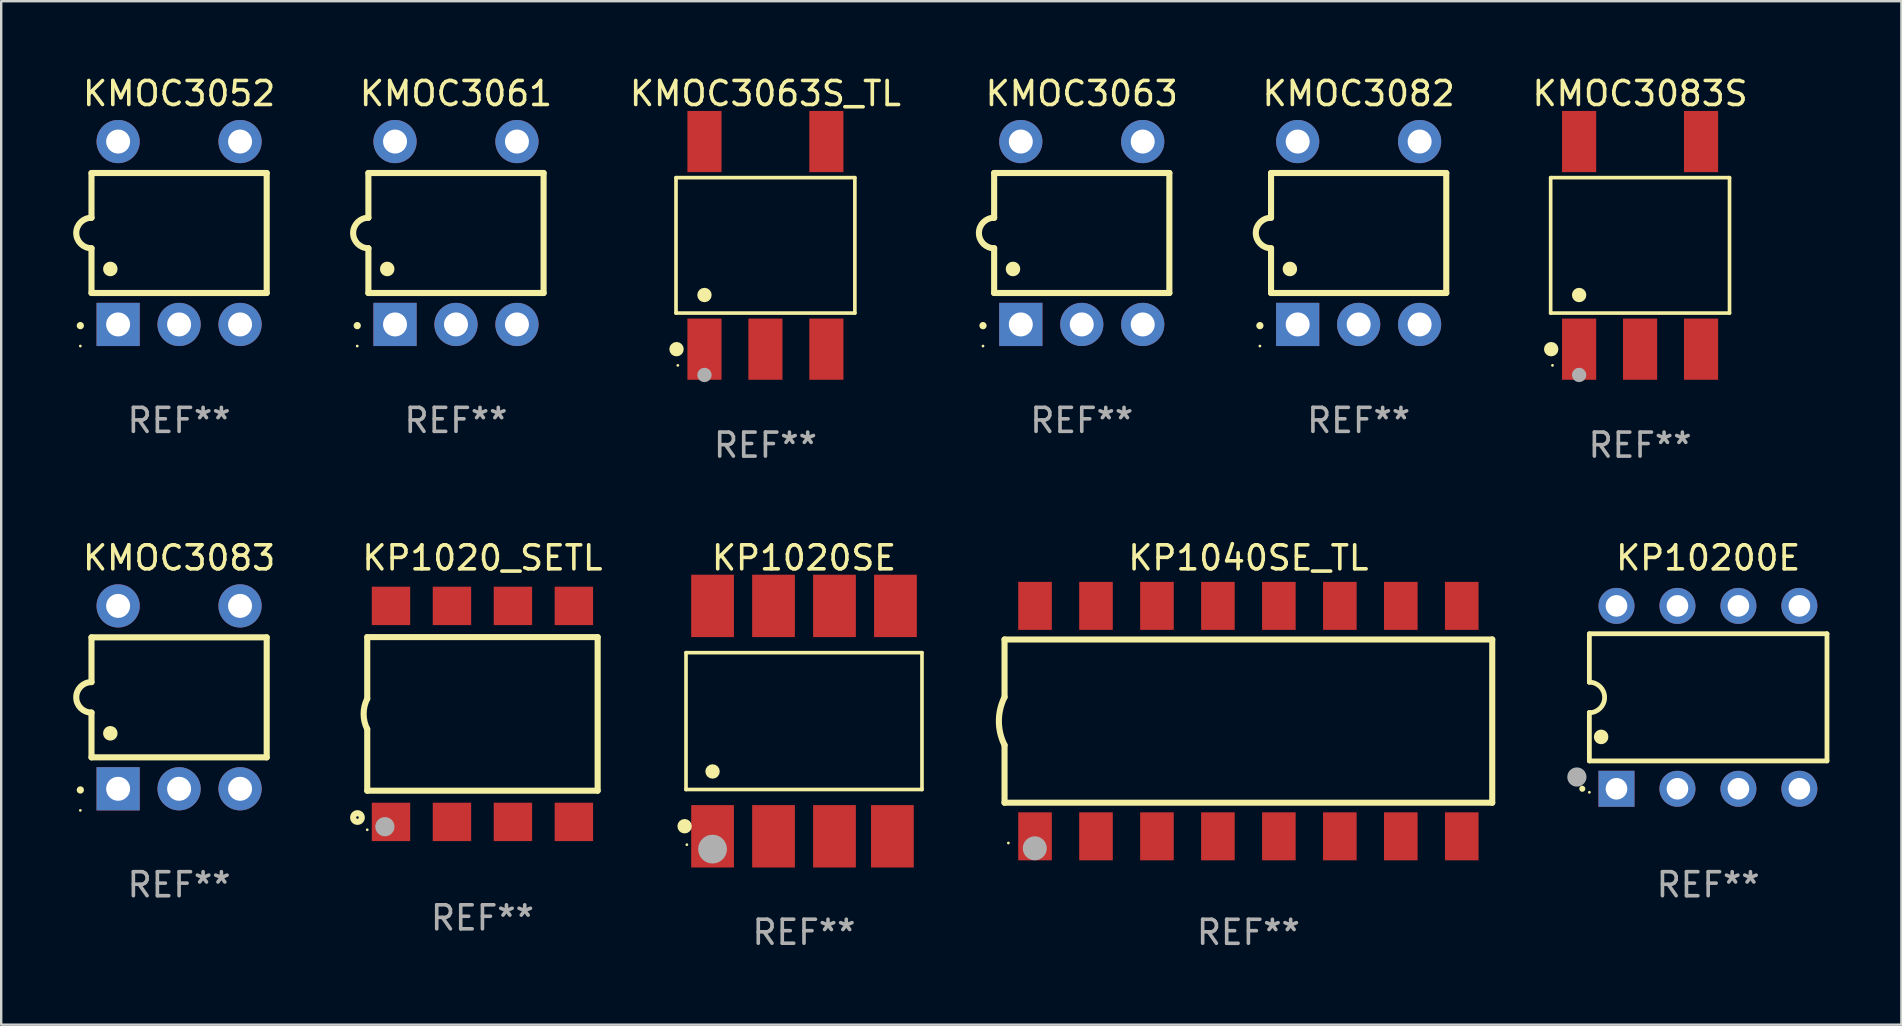
<source format=kicad_pcb>
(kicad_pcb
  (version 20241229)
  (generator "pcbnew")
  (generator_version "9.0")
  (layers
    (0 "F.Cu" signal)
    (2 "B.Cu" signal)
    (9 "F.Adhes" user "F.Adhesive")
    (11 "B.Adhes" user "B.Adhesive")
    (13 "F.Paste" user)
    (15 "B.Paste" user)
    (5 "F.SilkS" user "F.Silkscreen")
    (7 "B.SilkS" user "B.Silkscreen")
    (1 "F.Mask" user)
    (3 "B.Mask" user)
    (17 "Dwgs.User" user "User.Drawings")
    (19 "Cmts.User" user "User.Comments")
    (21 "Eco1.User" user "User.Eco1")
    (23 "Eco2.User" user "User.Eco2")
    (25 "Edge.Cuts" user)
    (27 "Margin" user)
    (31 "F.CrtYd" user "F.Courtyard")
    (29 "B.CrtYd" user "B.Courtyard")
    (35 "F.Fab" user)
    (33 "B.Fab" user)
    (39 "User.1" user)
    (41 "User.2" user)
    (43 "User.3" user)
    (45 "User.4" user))
  (footprint "KMOC3063S_TL"
    (layer "F.Cu")
    (at 28.842 7.173)
    (property "Reference" "KMOC3063S_TL" (at 0 -6.325 0) (layer "F.SilkS") (effects (font (size 1 1) (thickness 0.15))))
    (attr through_hole)
    (fp_line (start -3.726 -2.821) (end 3.726 -2.821) (stroke (width 0.152) (type solid)) (layer "F.SilkS"))
    (fp_line (start -3.726 2.821) (end -3.726 -2.821) (stroke (width 0.152) (type solid)) (layer "F.SilkS"))
    (fp_line (start 3.726 -2.821) (end 3.726 2.821) (stroke (width 0.152) (type solid)) (layer "F.SilkS"))
    (fp_line (start 3.726 2.821) (end -3.726 2.821) (stroke (width 0.152) (type solid)) (layer "F.SilkS"))
    (fp_circle (center -3.704 4.325) (end -3.554 4.325) (stroke (width 0.3) (type solid)) (fill no) (layer "F.SilkS"))
    (fp_circle (center -3.65 5) (end -3.62 5) (stroke (width 0.06) (type solid)) (fill no) (layer "F.SilkS"))
    (fp_circle (center -2.54 2.069) (end -2.39 2.069) (stroke (width 0.3) (type solid)) (fill no) (layer "F.SilkS"))
    (fp_circle (center -2.54 5.4) (end -2.39 5.4) (stroke (width 0.3) (type solid)) (fill no) (layer "F.Fab"))
    (fp_text user "REF**" (at 0 8.325 0) (layer "F.Fab") (effects (font (size 1 1) (thickness 0.15))))
    (pad "1" smd rect (at -2.54 4.325) (size 1.422 2.55) (layers "F.Cu" "F.Mask" "F.Paste"))
    (pad "2" smd rect (at 0 4.325) (size 1.422 2.55) (layers "F.Cu" "F.Mask" "F.Paste"))
    (pad "3" smd rect (at 2.54 4.325) (size 1.422 2.55) (layers "F.Cu" "F.Mask" "F.Paste"))
    (pad "4" smd rect (at 2.54 -4.325) (size 1.422 2.55) (layers "F.Cu" "F.Mask" "F.Paste"))
    (pad "6" smd rect (at -2.54 -4.325) (size 1.422 2.55) (layers "F.Cu" "F.Mask" "F.Paste")))
  (footprint "KP1040SE_TL"
    (layer "F.Cu")
    (at 48.965 26.995)
    (property "Reference" "KP1040SE_TL" (at 0 -6.801 0) (layer "F.SilkS") (effects (font (size 1 1) (thickness 0.15))))
    (attr through_hole)
    (fp_line (start -10.16 -3.4) (end -10.16 -1) (stroke (width 0.254) (type solid)) (layer "F.SilkS"))
    (fp_line (start -10.16 3.4) (end -10.16 1) (stroke (width 0.254) (type solid)) (layer "F.SilkS"))
    (fp_line (start 10.16 -3.4) (end -10.16 -3.4) (stroke (width 0.254) (type solid)) (layer "F.SilkS"))
    (fp_line (start 10.16 -3.4) (end 10.16 3.4) (stroke (width 0.254) (type solid)) (layer "F.SilkS"))
    (fp_line (start 10.16 3.4) (end -10.16 3.4) (stroke (width 0.254) (type solid)) (layer "F.SilkS"))
    (fp_arc (start -10.16002 1.000762) (mid -10.396178 0.000381) (end -10.16002 -1) (stroke (width 0.254001) (type solid)) (layer "F.SilkS"))
    (fp_circle (center -10 5.08) (end -9.97 5.08) (stroke (width 0.06) (type solid)) (fill no) (layer "F.SilkS"))
    (fp_circle (center -8.9 5.3) (end -8.65 5.3) (stroke (width 0.5) (type solid)) (fill no) (layer "F.Fab"))
    (fp_text user "REF**" (at 0 8.801 0) (layer "F.Fab") (effects (font (size 1 1) (thickness 0.15))))
    (pad "1" smd rect (at -8.89 4.801 180) (size 1.4 2) (layers "F.Cu" "F.Mask" "F.Paste"))
    (pad "2" smd rect (at -6.35 4.801 180) (size 1.4 2) (layers "F.Cu" "F.Mask" "F.Paste"))
    (pad "3" smd rect (at -3.81 4.801 180) (size 1.4 2) (layers "F.Cu" "F.Mask" "F.Paste"))
    (pad "4" smd rect (at -1.27 4.801 180) (size 1.4 2) (layers "F.Cu" "F.Mask" "F.Paste"))
    (pad "5" smd rect (at 1.27 4.801 180) (size 1.4 2) (layers "F.Cu" "F.Mask" "F.Paste"))
    (pad "6" smd rect (at 3.81 4.801 180) (size 1.4 2) (layers "F.Cu" "F.Mask" "F.Paste"))
    (pad "7" smd rect (at 6.35 4.801 180) (size 1.4 2) (layers "F.Cu" "F.Mask" "F.Paste"))
    (pad "8" smd rect (at 8.89 4.801 180) (size 1.4 2) (layers "F.Cu" "F.Mask" "F.Paste"))
    (pad "9" smd rect (at 8.89 -4.801 180) (size 1.4 2) (layers "F.Cu" "F.Mask" "F.Paste"))
    (pad "10" smd rect (at 6.35 -4.801 180) (size 1.4 2) (layers "F.Cu" "F.Mask" "F.Paste"))
    (pad "11" smd rect (at 3.81 -4.801 180) (size 1.4 2) (layers "F.Cu" "F.Mask" "F.Paste"))
    (pad "12" smd rect (at 1.27 -4.801 180) (size 1.4 2) (layers "F.Cu" "F.Mask" "F.Paste"))
    (pad "13" smd rect (at -1.27 -4.801 180) (size 1.4 2) (layers "F.Cu" "F.Mask" "F.Paste"))
    (pad "14" smd rect (at -3.81 -4.801 180) (size 1.4 2) (layers "F.Cu" "F.Mask" "F.Paste"))
    (pad "15" smd rect (at -6.35 -4.801 180) (size 1.4 2) (layers "F.Cu" "F.Mask" "F.Paste"))
    (pad "16" smd rect (at -8.89 -4.801 180) (size 1.4 2) (layers "F.Cu" "F.Mask" "F.Paste")))
  (footprint "KMOC3061"
    (layer "F.Cu")
    (at 15.949 6.658)
    (property "Reference" "KMOC3061" (at 0 -5.81 0) (layer "F.SilkS") (effects (font (size 1 1) (thickness 0.15))))
    (attr through_hole)
    (fp_line (start -3.65 -2.5) (end 3.65 -2.5) (stroke (width 0.254) (type solid)) (layer "F.SilkS"))
    (fp_line (start -3.65 -0.635) (end -3.65 -2.5) (stroke (width 0.254) (type solid)) (layer "F.SilkS"))
    (fp_line (start -3.65 0.635) (end -3.65 2.5) (stroke (width 0.254) (type solid)) (layer "F.SilkS"))
    (fp_line (start -3.65 2.5) (end 3.65 2.5) (stroke (width 0.254) (type solid)) (layer "F.SilkS"))
    (fp_line (start 3.65 -2.5) (end 3.65 2.5) (stroke (width 0.254) (type solid)) (layer "F.SilkS"))
    (fp_arc (start -4.114808 3.860808) (mid -4.114813 3.859538) (end -4.114808 3.858268) (stroke (width 0.3) (type solid)) (layer "F.SilkS"))
    (fp_arc (start -3.650013 0.635001) (mid -4.285014 0) (end -3.650013 -0.635001) (stroke (width 0.254001) (type solid)) (layer "F.SilkS"))
    (fp_arc (start -2.865405 1.501143) (mid -2.865416 1.498603) (end -2.865405 1.496063) (stroke (width 0.6) (type solid)) (layer "F.SilkS"))
    (fp_circle (center -4.115 4.71) (end -4.085 4.71) (stroke (width 0.06) (type solid)) (fill no) (layer "F.SilkS"))
    (fp_text user "REF**" (at 0 7.81 0) (layer "F.Fab") (effects (font (size 1 1) (thickness 0.15))))
    (pad "1" thru_hole rect (at -2.54 3.81 90) (size 1.8 1.8) (drill 1) (layers "*.Cu" "*.Mask"))
    (pad "2" thru_hole circle (at 0 3.81) (size 1.8 1.8) (drill 1) (layers "*.Cu" "*.Mask"))
    (pad "3" thru_hole circle (at 2.54 3.81) (size 1.8 1.8) (drill 1) (layers "*.Cu" "*.Mask"))
    (pad "4" thru_hole circle (at 2.54 -3.81) (size 1.8 1.8) (drill 1) (layers "*.Cu" "*.Mask"))
    (pad "6" thru_hole circle (at -2.54 -3.81) (size 1.8 1.8) (drill 1) (layers "*.Cu" "*.Mask")))
  (footprint "KP1020_SETL"
    (layer "F.Cu")
    (at 17.051 26.695)
    (property "Reference" "KP1020_SETL" (at 0 -6.5 0) (layer "F.SilkS") (effects (font (size 1 1) (thickness 0.15))))
    (attr through_hole)
    (fp_line (start -4.8 -3.2) (end -4.8 -0.635) (stroke (width 0.254) (type solid)) (layer "F.SilkS"))
    (fp_line (start -4.8 3.2) (end -4.8 0.635) (stroke (width 0.254) (type solid)) (layer "F.SilkS"))
    (fp_line (start 4.8 -3.2) (end -4.8 -3.2) (stroke (width 0.254) (type solid)) (layer "F.SilkS"))
    (fp_line (start 4.8 3.2) (end -4.8 3.2) (stroke (width 0.254) (type solid)) (layer "F.SilkS"))
    (fp_line (start 4.8 3.2) (end 4.8 -3.2) (stroke (width 0.254) (type solid)) (layer "F.SilkS"))
    (fp_arc (start -4.800609 0.635002) (mid -4.950305 -0.000071) (end -4.8 -0.635001) (stroke (width 0.254001) (type solid)) (layer "F.SilkS"))
    (fp_circle (center -5.207 4.318) (end -5.027 4.318) (stroke (width 0.254) (type solid)) (fill no) (layer "F.SilkS"))
    (fp_circle (center -4.8 4.828) (end -4.77 4.828) (stroke (width 0.06) (type solid)) (fill no) (layer "F.SilkS"))
    (fp_circle (center -4.064 4.699) (end -3.864 4.699) (stroke (width 0.4) (type solid)) (fill no) (layer "F.Fab"))
    (fp_text user "REF**" (at 0 8.5 0) (layer "F.Fab") (effects (font (size 1 1) (thickness 0.15))))
    (pad "1" smd rect (at -3.81 4.5) (size 1.6 1.6) (layers "F.Cu" "F.Mask" "F.Paste"))
    (pad "2" smd rect (at -1.27 4.5) (size 1.6 1.6) (layers "F.Cu" "F.Mask" "F.Paste"))
    (pad "3" smd rect (at 1.27 4.5) (size 1.6 1.6) (layers "F.Cu" "F.Mask" "F.Paste"))
    (pad "4" smd rect (at 3.81 4.5) (size 1.6 1.6) (layers "F.Cu" "F.Mask" "F.Paste"))
    (pad "5" smd rect (at 3.81 -4.5) (size 1.6 1.6) (layers "F.Cu" "F.Mask" "F.Paste"))
    (pad "6" smd rect (at 1.27 -4.5) (size 1.6 1.6) (layers "F.Cu" "F.Mask" "F.Paste"))
    (pad "7" smd rect (at -1.27 -4.5) (size 1.6 1.6) (layers "F.Cu" "F.Mask" "F.Paste"))
    (pad "8" smd rect (at -3.81 -4.5) (size 1.6 1.6) (layers "F.Cu" "F.Mask" "F.Paste")))
  (footprint "KMOC3083"
    (layer "F.Cu")
    (at 4.412 26.005)
    (property "Reference" "KMOC3083" (at 0 -5.81 0) (layer "F.SilkS") (effects (font (size 1 1) (thickness 0.15))))
    (attr through_hole)
    (fp_line (start -3.65 -2.5) (end 3.65 -2.5) (stroke (width 0.254) (type solid)) (layer "F.SilkS"))
    (fp_line (start -3.65 -0.635) (end -3.65 -2.5) (stroke (width 0.254) (type solid)) (layer "F.SilkS"))
    (fp_line (start -3.65 0.635) (end -3.65 2.5) (stroke (width 0.254) (type solid)) (layer "F.SilkS"))
    (fp_line (start -3.65 2.5) (end 3.65 2.5) (stroke (width 0.254) (type solid)) (layer "F.SilkS"))
    (fp_line (start 3.65 -2.5) (end 3.65 2.5) (stroke (width 0.254) (type solid)) (layer "F.SilkS"))
    (fp_arc (start -4.114808 3.860808) (mid -4.114813 3.859538) (end -4.114808 3.858268) (stroke (width 0.3) (type solid)) (layer "F.SilkS"))
    (fp_arc (start -3.650013 0.635001) (mid -4.285014 0) (end -3.650013 -0.635001) (stroke (width 0.254001) (type solid)) (layer "F.SilkS"))
    (fp_arc (start -2.865405 1.501143) (mid -2.865416 1.498603) (end -2.865405 1.496063) (stroke (width 0.6) (type solid)) (layer "F.SilkS"))
    (fp_circle (center -4.115 4.71) (end -4.085 4.71) (stroke (width 0.06) (type solid)) (fill no) (layer "F.SilkS"))
    (fp_text user "REF**" (at 0 7.81 0) (layer "F.Fab") (effects (font (size 1 1) (thickness 0.15))))
    (pad "1" thru_hole rect (at -2.54 3.81 90) (size 1.8 1.8) (drill 1) (layers "*.Cu" "*.Mask"))
    (pad "2" thru_hole circle (at 0 3.81) (size 1.8 1.8) (drill 1) (layers "*.Cu" "*.Mask"))
    (pad "3" thru_hole circle (at 2.54 3.81) (size 1.8 1.8) (drill 1) (layers "*.Cu" "*.Mask"))
    (pad "4" thru_hole circle (at 2.54 -3.81) (size 1.8 1.8) (drill 1) (layers "*.Cu" "*.Mask"))
    (pad "6" thru_hole circle (at -2.54 -3.81) (size 1.8 1.8) (drill 1) (layers "*.Cu" "*.Mask")))
  (footprint "KMOC3063"
    (layer "F.Cu")
    (at 42.022 6.658)
    (property "Reference" "KMOC3063" (at 0 -5.81 0) (layer "F.SilkS") (effects (font (size 1 1) (thickness 0.15))))
    (attr through_hole)
    (fp_line (start -3.65 -2.5) (end 3.65 -2.5) (stroke (width 0.254) (type solid)) (layer "F.SilkS"))
    (fp_line (start -3.65 -0.635) (end -3.65 -2.5) (stroke (width 0.254) (type solid)) (layer "F.SilkS"))
    (fp_line (start -3.65 0.635) (end -3.65 2.5) (stroke (width 0.254) (type solid)) (layer "F.SilkS"))
    (fp_line (start -3.65 2.5) (end 3.65 2.5) (stroke (width 0.254) (type solid)) (layer "F.SilkS"))
    (fp_line (start 3.65 -2.5) (end 3.65 2.5) (stroke (width 0.254) (type solid)) (layer "F.SilkS"))
    (fp_arc (start -4.114808 3.860808) (mid -4.114813 3.859538) (end -4.114808 3.858268) (stroke (width 0.3) (type solid)) (layer "F.SilkS"))
    (fp_arc (start -3.650013 0.635001) (mid -4.285014 0) (end -3.650013 -0.635001) (stroke (width 0.254001) (type solid)) (layer "F.SilkS"))
    (fp_arc (start -2.865405 1.501143) (mid -2.865416 1.498603) (end -2.865405 1.496063) (stroke (width 0.6) (type solid)) (layer "F.SilkS"))
    (fp_circle (center -4.115 4.71) (end -4.085 4.71) (stroke (width 0.06) (type solid)) (fill no) (layer "F.SilkS"))
    (fp_text user "REF**" (at 0 7.81 0) (layer "F.Fab") (effects (font (size 1 1) (thickness 0.15))))
    (pad "1" thru_hole rect (at -2.54 3.81 90) (size 1.8 1.8) (drill 1) (layers "*.Cu" "*.Mask"))
    (pad "2" thru_hole circle (at 0 3.81) (size 1.8 1.8) (drill 1) (layers "*.Cu" "*.Mask"))
    (pad "3" thru_hole circle (at 2.54 3.81) (size 1.8 1.8) (drill 1) (layers "*.Cu" "*.Mask"))
    (pad "4" thru_hole circle (at 2.54 -3.81) (size 1.8 1.8) (drill 1) (layers "*.Cu" "*.Mask"))
    (pad "6" thru_hole circle (at -2.54 -3.81) (size 1.8 1.8) (drill 1) (layers "*.Cu" "*.Mask")))
  (footprint "KMOC3082"
    (layer "F.Cu")
    (at 53.559 6.658)
    (property "Reference" "KMOC3082" (at 0 -5.81 0) (layer "F.SilkS") (effects (font (size 1 1) (thickness 0.15))))
    (attr through_hole)
    (fp_line (start -3.65 -2.5) (end 3.65 -2.5) (stroke (width 0.254) (type solid)) (layer "F.SilkS"))
    (fp_line (start -3.65 -0.635) (end -3.65 -2.5) (stroke (width 0.254) (type solid)) (layer "F.SilkS"))
    (fp_line (start -3.65 0.635) (end -3.65 2.5) (stroke (width 0.254) (type solid)) (layer "F.SilkS"))
    (fp_line (start -3.65 2.5) (end 3.65 2.5) (stroke (width 0.254) (type solid)) (layer "F.SilkS"))
    (fp_line (start 3.65 -2.5) (end 3.65 2.5) (stroke (width 0.254) (type solid)) (layer "F.SilkS"))
    (fp_arc (start -4.114808 3.860808) (mid -4.114813 3.859538) (end -4.114808 3.858268) (stroke (width 0.3) (type solid)) (layer "F.SilkS"))
    (fp_arc (start -3.650013 0.635001) (mid -4.285014 0) (end -3.650013 -0.635001) (stroke (width 0.254001) (type solid)) (layer "F.SilkS"))
    (fp_arc (start -2.865405 1.501143) (mid -2.865416 1.498603) (end -2.865405 1.496063) (stroke (width 0.6) (type solid)) (layer "F.SilkS"))
    (fp_circle (center -4.115 4.71) (end -4.085 4.71) (stroke (width 0.06) (type solid)) (fill no) (layer "F.SilkS"))
    (fp_text user "REF**" (at 0 7.81 0) (layer "F.Fab") (effects (font (size 1 1) (thickness 0.15))))
    (pad "1" thru_hole rect (at -2.54 3.81 90) (size 1.8 1.8) (drill 1) (layers "*.Cu" "*.Mask"))
    (pad "2" thru_hole circle (at 0 3.81) (size 1.8 1.8) (drill 1) (layers "*.Cu" "*.Mask"))
    (pad "3" thru_hole circle (at 2.54 3.81) (size 1.8 1.8) (drill 1) (layers "*.Cu" "*.Mask"))
    (pad "4" thru_hole circle (at 2.54 -3.81) (size 1.8 1.8) (drill 1) (layers "*.Cu" "*.Mask"))
    (pad "6" thru_hole circle (at -2.54 -3.81) (size 1.8 1.8) (drill 1) (layers "*.Cu" "*.Mask")))
  (footprint "KMOC3083S"
    (layer "F.Cu")
    (at 65.285 7.173)
    (property "Reference" "KMOC3083S" (at 0 -6.325 0) (layer "F.SilkS") (effects (font (size 1 1) (thickness 0.15))))
    (attr through_hole)
    (fp_line (start -3.726 -2.821) (end 3.726 -2.821) (stroke (width 0.152) (type solid)) (layer "F.SilkS"))
    (fp_line (start -3.726 2.821) (end -3.726 -2.821) (stroke (width 0.152) (type solid)) (layer "F.SilkS"))
    (fp_line (start 3.726 -2.821) (end 3.726 2.821) (stroke (width 0.152) (type solid)) (layer "F.SilkS"))
    (fp_line (start 3.726 2.821) (end -3.726 2.821) (stroke (width 0.152) (type solid)) (layer "F.SilkS"))
    (fp_circle (center -3.704 4.325) (end -3.554 4.325) (stroke (width 0.3) (type solid)) (fill no) (layer "F.SilkS"))
    (fp_circle (center -3.65 5) (end -3.62 5) (stroke (width 0.06) (type solid)) (fill no) (layer "F.SilkS"))
    (fp_circle (center -2.54 2.069) (end -2.39 2.069) (stroke (width 0.3) (type solid)) (fill no) (layer "F.SilkS"))
    (fp_circle (center -2.54 5.4) (end -2.39 5.4) (stroke (width 0.3) (type solid)) (fill no) (layer "F.Fab"))
    (fp_text user "REF**" (at 0 8.325 0) (layer "F.Fab") (effects (font (size 1 1) (thickness 0.15))))
    (pad "1" smd rect (at -2.54 4.325) (size 1.422 2.55) (layers "F.Cu" "F.Mask" "F.Paste"))
    (pad "2" smd rect (at 0 4.325) (size 1.422 2.55) (layers "F.Cu" "F.Mask" "F.Paste"))
    (pad "3" smd rect (at 2.54 4.325) (size 1.422 2.55) (layers "F.Cu" "F.Mask" "F.Paste"))
    (pad "4" smd rect (at 2.54 -4.325) (size 1.422 2.55) (layers "F.Cu" "F.Mask" "F.Paste"))
    (pad "6" smd rect (at -2.54 -4.325) (size 1.422 2.55) (layers "F.Cu" "F.Mask" "F.Paste")))
  (footprint "KP10200E"
    (layer "F.Cu")
    (at 68.122 26.005)
    (property "Reference" "KP10200E" (at 0 -5.81 0) (layer "F.SilkS") (effects (font (size 1 1) (thickness 0.15))))
    (attr through_hole)
    (fp_line (start -4.95 -2.649) (end 4.95 -2.649) (stroke (width 0.2) (type solid)) (layer "F.SilkS"))
    (fp_line (start -4.95 -0.635) (end -4.95 -2.649) (stroke (width 0.2) (type solid)) (layer "F.SilkS"))
    (fp_line (start -4.95 0.635) (end -4.95 0.64) (stroke (width 0.2) (type solid)) (layer "F.SilkS"))
    (fp_line (start -4.95 2.649) (end -4.95 0.635) (stroke (width 0.2) (type solid)) (layer "F.SilkS"))
    (fp_line (start -4.95 -0.64) (end -4.95 -0.635) (stroke (width 0.2) (type solid)) (layer "F.SilkS"))
    (fp_line (start 4.95 -2.649) (end 4.95 2.649) (stroke (width 0.2) (type solid)) (layer "F.SilkS"))
    (fp_line (start 4.95 2.649) (end -4.95 2.649) (stroke (width 0.2) (type solid)) (layer "F.SilkS"))
    (fp_arc (start -5.24511 3.810008) (mid -5.245117 3.808738) (end -5.24511 3.807468) (stroke (width 0.25) (type solid)) (layer "F.SilkS"))
    (fp_arc (start -4.950165 -0.629997) (mid -4.315164 0.005004) (end -4.950165 0.640005) (stroke (width 0.2) (type solid)) (layer "F.SilkS"))
    (fp_arc (start -4.460249 1.651003) (mid -4.46026 1.648463) (end -4.460249 1.645923) (stroke (width 0.6) (type solid)) (layer "F.SilkS"))
    (fp_circle (center -4.95 3.956) (end -4.92 3.956) (stroke (width 0.06) (type solid)) (fill no) (layer "F.SilkS"))
    (fp_circle (center -5.47 3.32) (end -5.27 3.32) (stroke (width 0.4) (type solid)) (fill no) (layer "F.Fab"))
    (fp_text user "REF**" (at 0 7.81 0) (layer "F.Fab") (effects (font (size 1 1) (thickness 0.15))))
    (pad "1" thru_hole rect (at -3.82 3.81) (size 1.5 1.5) (drill 0.9) (layers "*.Cu" "*.Mask"))
    (pad "2" thru_hole circle (at -1.28 3.81) (size 1.5 1.5) (drill 0.9) (layers "*.Cu" "*.Mask"))
    (pad "3" thru_hole circle (at 1.26 3.81) (size 1.5 1.5) (drill 0.9) (layers "*.Cu" "*.Mask"))
    (pad "4" thru_hole circle (at 3.8 3.81) (size 1.5 1.5) (drill 0.9) (layers "*.Cu" "*.Mask"))
    (pad "5" thru_hole circle (at 3.8 -3.81) (size 1.5 1.5) (drill 0.9) (layers "*.Cu" "*.Mask"))
    (pad "6" thru_hole circle (at 1.26 -3.81) (size 1.5 1.5) (drill 0.9) (layers "*.Cu" "*.Mask"))
    (pad "7" thru_hole circle (at -1.28 -3.81) (size 1.5 1.5) (drill 0.9) (layers "*.Cu" "*.Mask"))
    (pad "8" thru_hole circle (at -3.82 -3.81) (size 1.5 1.5) (drill 0.9) (layers "*.Cu" "*.Mask")))
  (footprint "KP1020SE"
    (layer "F.Cu")
    (at 30.449 26.995)
    (property "Reference" "KP1020SE" (at 0 -6.8 0) (layer "F.SilkS") (effects (font (size 1 1) (thickness 0.15))))
    (attr through_hole)
    (fp_line (start -4.916 -2.851) (end 4.916 -2.851) (stroke (width 0.152) (type solid)) (layer "F.SilkS"))
    (fp_line (start -4.916 2.851) (end -4.916 -2.851) (stroke (width 0.152) (type solid)) (layer "F.SilkS"))
    (fp_line (start 4.916 -2.851) (end 4.916 2.851) (stroke (width 0.152) (type solid)) (layer "F.SilkS"))
    (fp_line (start 4.916 2.851) (end -4.916 2.851) (stroke (width 0.152) (type solid)) (layer "F.SilkS"))
    (fp_circle (center -4.974 4.38) (end -4.823 4.38) (stroke (width 0.3) (type solid)) (fill no) (layer "F.SilkS"))
    (fp_circle (center -4.88 5.15) (end -4.85 5.15) (stroke (width 0.06) (type solid)) (fill no) (layer "F.SilkS"))
    (fp_circle (center -3.81 2.099) (end -3.66 2.099) (stroke (width 0.3) (type solid)) (fill no) (layer "F.SilkS"))
    (fp_circle (center -3.81 5.334) (end -3.51 5.334) (stroke (width 0.6) (type solid)) (fill no) (layer "F.Fab"))
    (fp_text user "REF**" (at 0 8.8 0) (layer "F.Fab") (effects (font (size 1 1) (thickness 0.15))))
    (pad "1" smd rect (at -3.81 4.8) (size 1.78 2.6) (layers "F.Cu" "F.Mask" "F.Paste"))
    (pad "2" smd rect (at -1.27 4.8) (size 1.78 2.6) (layers "F.Cu" "F.Mask" "F.Paste"))
    (pad "3" smd rect (at 1.27 4.8) (size 1.78 2.6) (layers "F.Cu" "F.Mask" "F.Paste"))
    (pad "4" smd rect (at 3.683 4.8) (size 1.78 2.6) (layers "F.Cu" "F.Mask" "F.Paste"))
    (pad "5" smd rect (at 3.81 -4.8) (size 1.78 2.6) (layers "F.Cu" "F.Mask" "F.Paste"))
    (pad "6" smd rect (at 1.27 -4.8) (size 1.78 2.6) (layers "F.Cu" "F.Mask" "F.Paste"))
    (pad "7" smd rect (at -1.27 -4.8) (size 1.78 2.6) (layers "F.Cu" "F.Mask" "F.Paste"))
    (pad "8" smd rect (at -3.81 -4.8) (size 1.78 2.6) (layers "F.Cu" "F.Mask" "F.Paste")))
  (footprint "KMOC3052"
    (layer "F.Cu")
    (at 4.412 6.658)
    (property "Reference" "KMOC3052" (at 0 -5.81 0) (layer "F.SilkS") (effects (font (size 1 1) (thickness 0.15))))
    (attr through_hole)
    (fp_line (start -3.65 -2.5) (end 3.65 -2.5) (stroke (width 0.254) (type solid)) (layer "F.SilkS"))
    (fp_line (start -3.65 -0.635) (end -3.65 -2.5) (stroke (width 0.254) (type solid)) (layer "F.SilkS"))
    (fp_line (start -3.65 0.635) (end -3.65 2.5) (stroke (width 0.254) (type solid)) (layer "F.SilkS"))
    (fp_line (start -3.65 2.5) (end 3.65 2.5) (stroke (width 0.254) (type solid)) (layer "F.SilkS"))
    (fp_line (start 3.65 -2.5) (end 3.65 2.5) (stroke (width 0.254) (type solid)) (layer "F.SilkS"))
    (fp_arc (start -4.114808 3.860808) (mid -4.114813 3.859538) (end -4.114808 3.858268) (stroke (width 0.3) (type solid)) (layer "F.SilkS"))
    (fp_arc (start -3.650013 0.635001) (mid -4.285014 0) (end -3.650013 -0.635001) (stroke (width 0.254001) (type solid)) (layer "F.SilkS"))
    (fp_arc (start -2.865405 1.501143) (mid -2.865416 1.498603) (end -2.865405 1.496063) (stroke (width 0.6) (type solid)) (layer "F.SilkS"))
    (fp_circle (center -4.115 4.71) (end -4.085 4.71) (stroke (width 0.06) (type solid)) (fill no) (layer "F.SilkS"))
    (fp_text user "REF**" (at 0 7.81 0) (layer "F.Fab") (effects (font (size 1 1) (thickness 0.15))))
    (pad "1" thru_hole rect (at -2.54 3.81 90) (size 1.8 1.8) (drill 1) (layers "*.Cu" "*.Mask"))
    (pad "2" thru_hole circle (at 0 3.81) (size 1.8 1.8) (drill 1) (layers "*.Cu" "*.Mask"))
    (pad "3" thru_hole circle (at 2.54 3.81) (size 1.8 1.8) (drill 1) (layers "*.Cu" "*.Mask"))
    (pad "4" thru_hole circle (at 2.54 -3.81) (size 1.8 1.8) (drill 1) (layers "*.Cu" "*.Mask"))
    (pad "6" thru_hole circle (at -2.54 -3.81) (size 1.8 1.8) (drill 1) (layers "*.Cu" "*.Mask")))
  (gr_rect
    (start -3 -3)
    (end 76.173 39.644)
    (stroke (width 0.1) (type default))
    (fill no)
    (layer "Edge.Cuts")))
</source>
